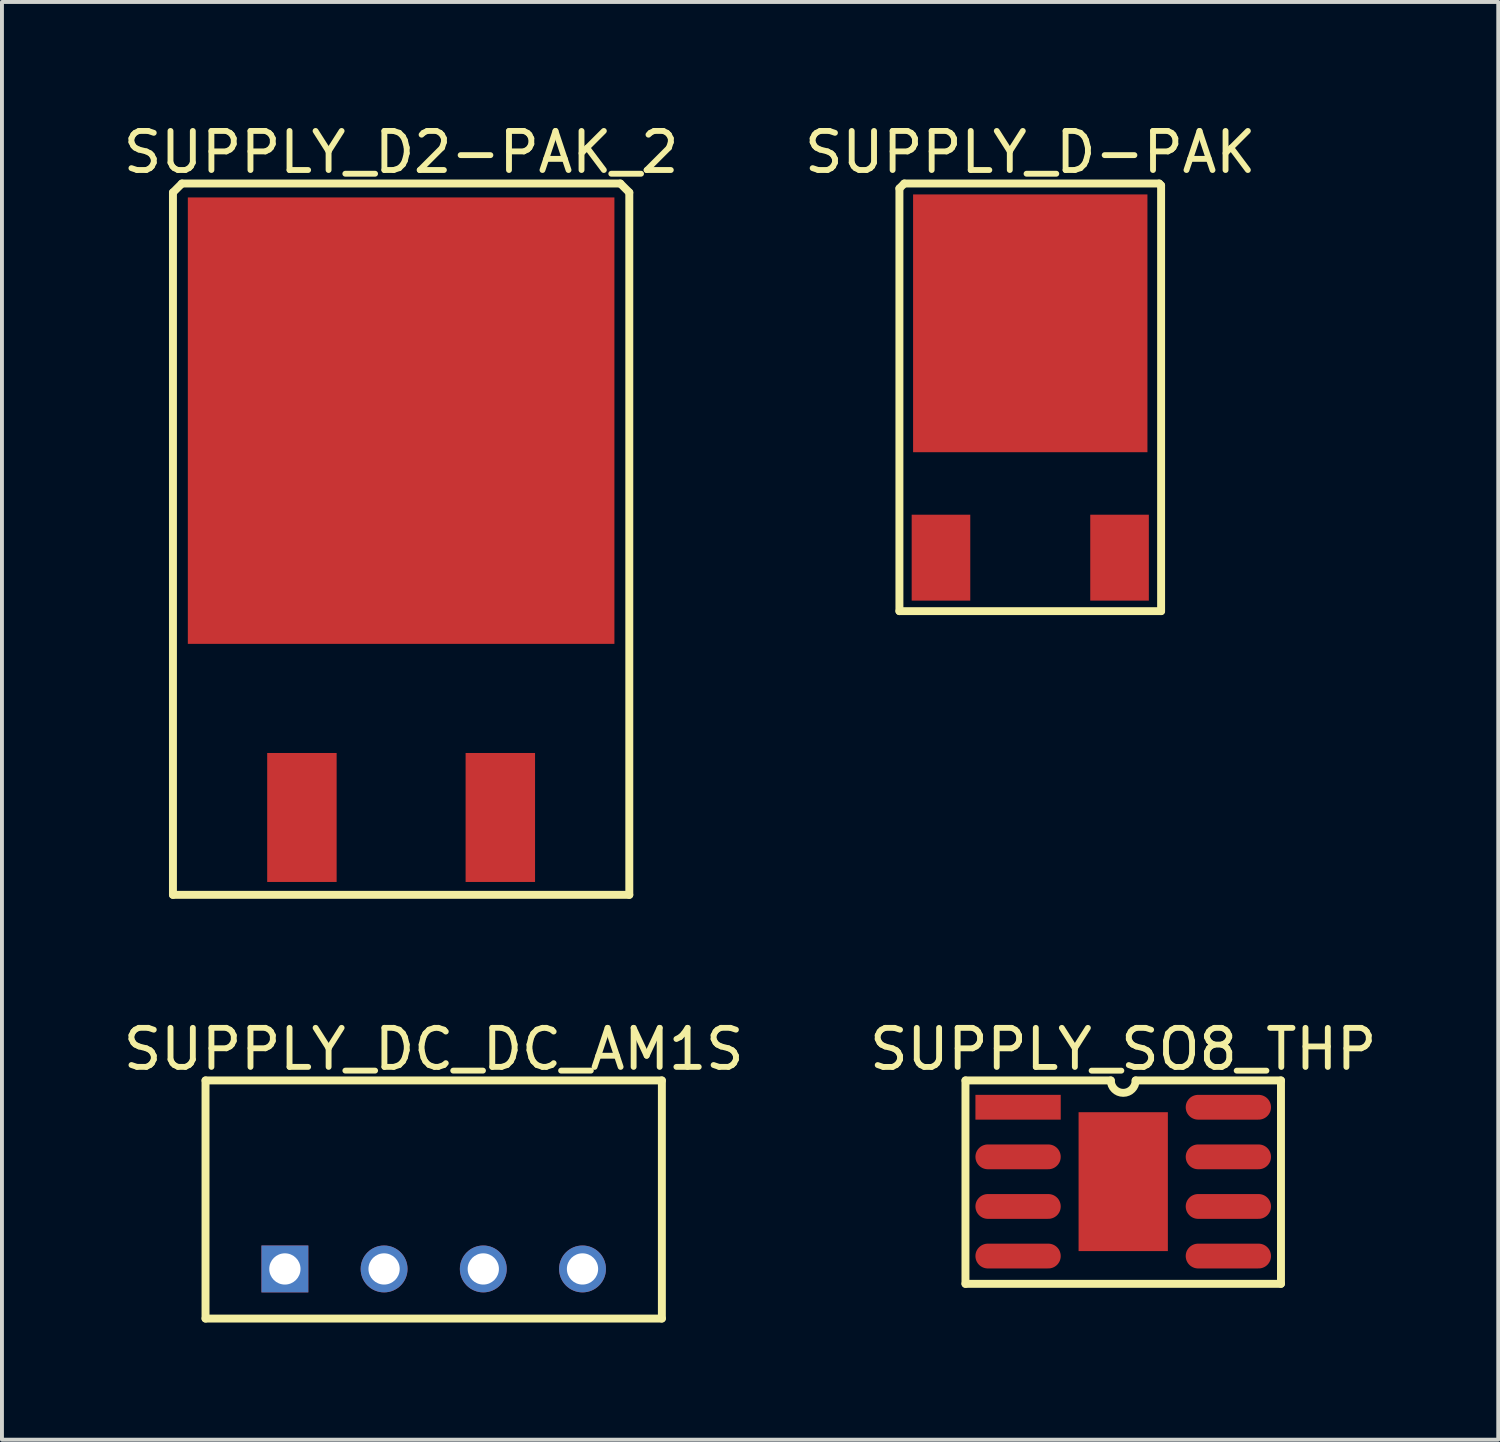
<source format=kicad_pcb>
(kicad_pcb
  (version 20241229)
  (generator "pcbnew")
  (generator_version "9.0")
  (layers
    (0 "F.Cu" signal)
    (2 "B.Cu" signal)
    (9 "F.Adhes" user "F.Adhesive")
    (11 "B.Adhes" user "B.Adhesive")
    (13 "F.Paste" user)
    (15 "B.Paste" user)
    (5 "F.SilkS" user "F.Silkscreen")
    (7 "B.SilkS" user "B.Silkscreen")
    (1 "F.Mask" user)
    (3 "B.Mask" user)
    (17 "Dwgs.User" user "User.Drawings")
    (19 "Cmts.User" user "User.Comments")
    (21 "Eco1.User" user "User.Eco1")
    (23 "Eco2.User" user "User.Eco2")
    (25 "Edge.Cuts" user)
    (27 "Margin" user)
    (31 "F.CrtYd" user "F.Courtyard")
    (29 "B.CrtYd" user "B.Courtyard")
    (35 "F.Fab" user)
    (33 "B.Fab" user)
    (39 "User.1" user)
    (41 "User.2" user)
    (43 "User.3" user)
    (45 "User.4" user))
  (footprint "SUPPLY_SO8_THP"
    (layer "F.Cu")
    (at 25.708 27.204)
    (property "Reference" "SUPPLY_SO8_THP" (at 0 -3.392 0) (layer "F.SilkS") (effects (font (size 1 1) (thickness 0.15))))
    (fp_line (start -4.039 -2.591) (end -0.318 -2.591) (stroke (width 0.203) (type solid)) (layer "F.SilkS"))
    (fp_line (start -4.039 2.616) (end -4.039 -2.591) (stroke (width 0.203) (type solid)) (layer "F.SilkS"))
    (fp_line (start -4.039 2.616) (end 4.039 2.616) (stroke (width 0.203) (type solid)) (layer "F.SilkS"))
    (fp_line (start 0.318 -2.591) (end 4.039 -2.591) (stroke (width 0.203) (type solid)) (layer "F.SilkS"))
    (fp_line (start 4.039 2.616) (end 4.039 -2.591) (stroke (width 0.203) (type solid)) (layer "F.SilkS"))
    (fp_arc (start 0.3175 -2.5908) (mid 0 -2.2733) (end -0.3175 -2.5908) (stroke (width 0.2032) (type solid)) (layer "F.SilkS"))
    (pad "1" smd rect (at -2.692 -1.905) (size 2.184 0.635) (layers "F.Cu" "F.Mask" "F.Paste"))
    (pad "2" smd oval (at -2.692 -0.635) (size 2.184 0.635) (layers "F.Cu" "F.Mask" "F.Paste"))
    (pad "3" smd oval (at -2.692 0.635) (size 2.184 0.635) (layers "F.Cu" "F.Mask" "F.Paste"))
    (pad "4" smd oval (at -2.692 1.905) (size 2.184 0.635) (layers "F.Cu" "F.Mask" "F.Paste"))
    (pad "5" smd oval (at 2.692 1.905) (size 2.184 0.635) (layers "F.Cu" "F.Mask" "F.Paste"))
    (pad "6" smd oval (at 2.692 0.635) (size 2.184 0.635) (layers "F.Cu" "F.Mask" "F.Paste"))
    (pad "7" smd oval (at 2.692 -0.635) (size 2.184 0.635) (layers "F.Cu" "F.Mask" "F.Paste"))
    (pad "8" smd oval (at 2.692 -1.905) (size 2.184 0.635) (layers "F.Cu" "F.Mask" "F.Paste"))
    (pad "9" smd rect (at 0 0 90) (size 3.556 2.286) (layers "F.Cu" "F.Mask" "F.Paste")))
  (footprint "SUPPLY_D2-PAK_2"
    (layer "F.Cu")
    (at 7.22 17.88)
    (property "Reference" "SUPPLY_D2-PAK_2" (at 0 -17.032 0) (layer "F.SilkS") (effects (font (size 1 1) (thickness 0.15))))
    (fp_line (start -5.842 -16.002) (end -5.613 -16.231) (stroke (width 0.203) (type solid)) (layer "F.SilkS"))
    (fp_line (start -5.842 1.981) (end -5.842 -16.002) (stroke (width 0.203) (type solid)) (layer "F.SilkS"))
    (fp_line (start -5.842 1.981) (end 5.842 1.981) (stroke (width 0.203) (type solid)) (layer "F.SilkS"))
    (fp_line (start -5.613 -16.231) (end 5.613 -16.231) (stroke (width 0.203) (type solid)) (layer "F.SilkS"))
    (fp_line (start 5.613 -16.231) (end 5.842 -16.002) (stroke (width 0.203) (type solid)) (layer "F.SilkS"))
    (fp_line (start 5.842 1.981) (end 5.842 -16.002) (stroke (width 0.203) (type solid)) (layer "F.SilkS"))
    (pad "1" smd rect (at -2.54 0) (size 1.778 3.302) (layers "F.Cu" "F.Mask" "F.Paste"))
    (pad "2" smd rect (at 0 -10.16) (size 10.922 11.43) (layers "F.Cu" "F.Mask" "F.Paste"))
    (pad "3" smd rect (at 2.54 0) (size 1.778 3.302) (layers "F.Cu" "F.Mask" "F.Paste")))
  (footprint "SUPPLY_D-PAK"
    (layer "F.Cu")
    (at 23.328 8.228)
    (property "Reference" "SUPPLY_D-PAK" (at -0.0002 -7.38 0) (layer "F.SilkS") (effects (font (size 1 1) (thickness 0.15))))
    (fp_line (start -3.35 -6.454) (end -3.226 -6.579) (stroke (width 0.203) (type solid)) (layer "F.SilkS"))
    (fp_line (start -3.35 4.369) (end -3.35 -6.454) (stroke (width 0.203) (type solid)) (layer "F.SilkS"))
    (fp_line (start -3.35 4.369) (end 3.35 4.369) (stroke (width 0.203) (type solid)) (layer "F.SilkS"))
    (fp_line (start -3.226 -6.579) (end 3.302 -6.579) (stroke (width 0.203) (type solid)) (layer "F.SilkS"))
    (fp_line (start 3.302 -6.579) (end 3.35 -6.531) (stroke (width 0.203) (type solid)) (layer "F.SilkS"))
    (fp_line (start 3.35 4.369) (end 3.35 -6.531) (stroke (width 0.203) (type solid)) (layer "F.SilkS"))
    (pad "1" smd rect (at -2.286 3) (size 1.5 2.2) (layers "F.Cu" "F.Mask" "F.Paste"))
    (pad "2" smd rect (at 0 -3) (size 6 6.6) (layers "F.Cu" "F.Mask" "F.Paste"))
    (pad "3" smd rect (at 2.286 3) (size 1.5 2.2) (layers "F.Cu" "F.Mask" "F.Paste")))
  (footprint "SUPPLY_DC_DC_AM1S"
    (layer "F.Cu")
    (at 8.054 29.439)
    (property "Reference" "SUPPLY_DC_DC_AM1S" (at 0 -5.628 0) (layer "F.SilkS") (effects (font (size 1 1) (thickness 0.15))))
    (fp_line (start -5.842 -4.826) (end 5.842 -4.826) (stroke (width 0.203) (type solid)) (layer "F.SilkS"))
    (fp_line (start -5.842 1.27) (end -5.842 -4.826) (stroke (width 0.203) (type solid)) (layer "F.SilkS"))
    (fp_line (start -5.842 1.27) (end 5.842 1.27) (stroke (width 0.203) (type solid)) (layer "F.SilkS"))
    (fp_line (start 5.842 1.27) (end 5.842 -4.826) (stroke (width 0.203) (type solid)) (layer "F.SilkS"))
    (pad "1" thru_hole rect (at -3.81 0) (size 1.2 1.2) (drill 0.8) (layers "*.Cu" "*.Mask"))
    (pad "2" thru_hole circle (at -1.27 0) (size 1.2 1.2) (drill 0.8) (layers "*.Cu" "*.Mask"))
    (pad "3" thru_hole circle (at 1.27 0) (size 1.2 1.2) (drill 0.8) (layers "*.Cu" "*.Mask"))
    (pad "4" thru_hole circle (at 3.81 0) (size 1.2 1.2) (drill 0.8) (layers "*.Cu" "*.Mask")))
  (gr_rect
    (start -3 -3)
    (end 35.31 33.811)
    (stroke (width 0.1) (type default))
    (fill no)
    (layer "Edge.Cuts")))
</source>
